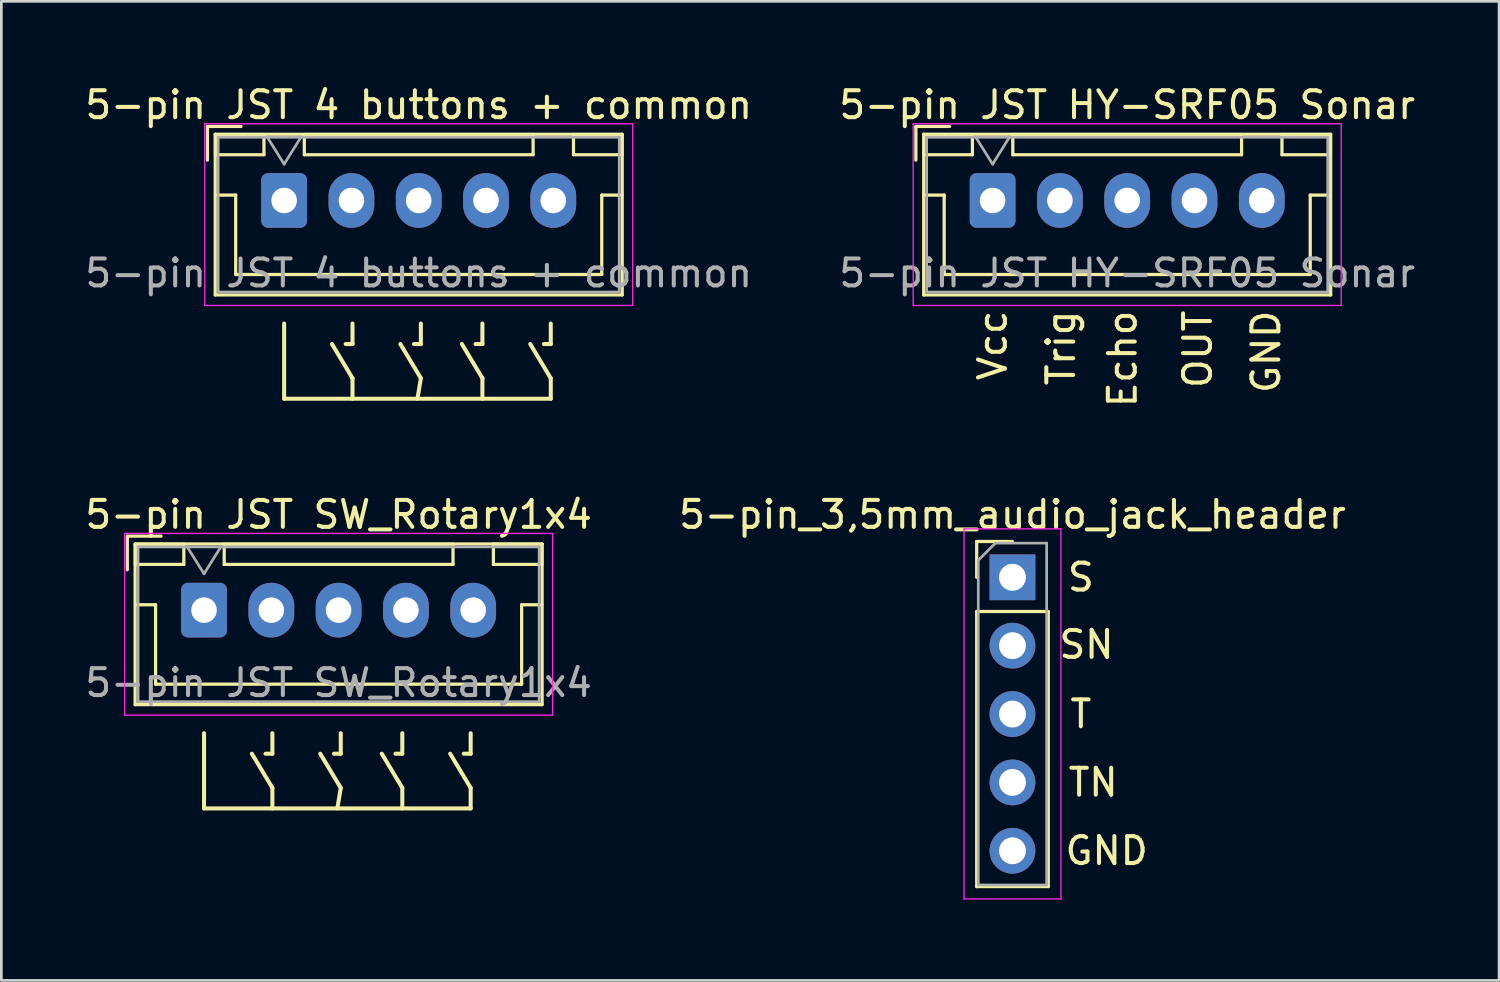
<source format=kicad_pcb>
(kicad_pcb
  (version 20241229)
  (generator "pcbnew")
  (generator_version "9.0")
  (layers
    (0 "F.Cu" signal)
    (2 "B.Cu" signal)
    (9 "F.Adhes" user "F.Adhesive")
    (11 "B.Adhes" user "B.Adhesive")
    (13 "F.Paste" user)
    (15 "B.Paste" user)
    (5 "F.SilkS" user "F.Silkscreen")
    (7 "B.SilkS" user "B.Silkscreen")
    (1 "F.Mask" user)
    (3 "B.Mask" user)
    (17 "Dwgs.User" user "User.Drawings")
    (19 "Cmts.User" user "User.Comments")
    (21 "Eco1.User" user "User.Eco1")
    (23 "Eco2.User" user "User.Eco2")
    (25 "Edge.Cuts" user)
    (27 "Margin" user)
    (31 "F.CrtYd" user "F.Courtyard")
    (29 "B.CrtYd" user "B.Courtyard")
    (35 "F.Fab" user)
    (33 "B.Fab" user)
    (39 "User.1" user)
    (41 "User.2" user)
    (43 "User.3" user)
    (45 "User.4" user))
  (footprint "5-pin_3,5mm_audio_jack_header"
    (layer "F.Cu")
    (at 34.565 18.398)
    (property "Reference" "5-pin_3,5mm_audio_jack_header" (at 0 -2.33 0) (layer "F.SilkS") (effects (font (size 1 1) (thickness 0.15))))
    (attr through_hole)
    (fp_line (start -1.33 -1.33) (end 0 -1.33) (stroke (width 0.12) (type solid)) (layer "F.SilkS"))
    (fp_line (start -1.33 0) (end -1.33 -1.33) (stroke (width 0.12) (type solid)) (layer "F.SilkS"))
    (fp_line (start -1.33 1.27) (end -1.33 11.49) (stroke (width 0.12) (type solid)) (layer "F.SilkS"))
    (fp_line (start -1.33 1.27) (end 1.33 1.27) (stroke (width 0.12) (type solid)) (layer "F.SilkS"))
    (fp_line (start -1.33 11.49) (end 1.33 11.49) (stroke (width 0.12) (type solid)) (layer "F.SilkS"))
    (fp_line (start 1.33 1.27) (end 1.33 11.49) (stroke (width 0.12) (type solid)) (layer "F.SilkS"))
    (fp_line (start -1.8 -1.8) (end -1.8 11.95) (stroke (width 0.05) (type solid)) (layer "F.CrtYd"))
    (fp_line (start -1.8 11.95) (end 1.8 11.95) (stroke (width 0.05) (type solid)) (layer "F.CrtYd"))
    (fp_line (start 1.8 -1.8) (end -1.8 -1.8) (stroke (width 0.05) (type solid)) (layer "F.CrtYd"))
    (fp_line (start 1.8 11.95) (end 1.8 -1.8) (stroke (width 0.05) (type solid)) (layer "F.CrtYd"))
    (fp_line (start -1.27 -0.635) (end -0.635 -1.27) (stroke (width 0.1) (type solid)) (layer "F.Fab"))
    (fp_line (start -1.27 11.43) (end -1.27 -0.635) (stroke (width 0.1) (type solid)) (layer "F.Fab"))
    (fp_line (start -0.635 -1.27) (end 1.27 -1.27) (stroke (width 0.1) (type solid)) (layer "F.Fab"))
    (fp_line (start 1.27 -1.27) (end 1.27 11.43) (stroke (width 0.1) (type solid)) (layer "F.Fab"))
    (fp_line (start 1.27 11.43) (end -1.27 11.43) (stroke (width 0.1) (type solid)) (layer "F.Fab"))
    (fp_text user "SN" (at 2.75 2.5 0) (layer "F.SilkS") (effects (font (size 1 1) (thickness 0.15))))
    (fp_text user "T" (at 2.54 5.08 0) (layer "F.SilkS") (effects (font (size 1 1) (thickness 0.15))))
    (fp_text user "TN" (at 3 7.62 0) (layer "F.SilkS") (effects (font (size 1 1) (thickness 0.15))))
    (fp_text user "GND" (at 3.5 10.16 0) (layer "F.SilkS") (effects (font (size 1 1) (thickness 0.15))))
    (fp_text user "S" (at 2.54 0 0) (layer "F.SilkS") (effects (font (size 1 1) (thickness 0.15))))
    (pad "1" thru_hole rect (at 0 0) (size 1.7 1.7) (drill 1) (layers "*.Cu" "*.Mask"))
    (pad "2" thru_hole oval (at 0 2.54) (size 1.7 1.7) (drill 1) (layers "*.Cu" "*.Mask"))
    (pad "3" thru_hole oval (at 0 5.08) (size 1.7 1.7) (drill 1) (layers "*.Cu" "*.Mask"))
    (pad "4" thru_hole oval (at 0 7.62) (size 1.7 1.7) (drill 1) (layers "*.Cu" "*.Mask"))
    (pad "5" thru_hole oval (at 0 10.16) (size 1.7 1.7) (drill 1) (layers "*.Cu" "*.Mask")))
  (footprint "5-pin JST SW_Rotary1x4"
    (layer "F.Cu")
    (at 4.53 19.618)
    (property "Reference" "5-pin JST SW_Rotary1x4" (at 5 -3.55 0) (layer "F.SilkS") (effects (font (size 1 1) (thickness 0.15))))
    (attr through_hole)
    (fp_line (start -2.85 -2.75) (end -2.85 -1.5) (stroke (width 0.12) (type solid)) (layer "F.SilkS"))
    (fp_line (start -2.56 -2.46) (end -2.56 3.51) (stroke (width 0.12) (type solid)) (layer "F.SilkS"))
    (fp_line (start -2.56 3.51) (end 12.56 3.51) (stroke (width 0.12) (type solid)) (layer "F.SilkS"))
    (fp_line (start -2.55 -2.45) (end -2.55 -1.7) (stroke (width 0.12) (type solid)) (layer "F.SilkS"))
    (fp_line (start -2.55 -1.7) (end -0.75 -1.7) (stroke (width 0.12) (type solid)) (layer "F.SilkS"))
    (fp_line (start -2.55 -0.2) (end -1.8 -0.2) (stroke (width 0.12) (type solid)) (layer "F.SilkS"))
    (fp_line (start -1.8 -0.2) (end -1.8 2.75) (stroke (width 0.12) (type solid)) (layer "F.SilkS"))
    (fp_line (start -1.8 2.75) (end 5 2.75) (stroke (width 0.12) (type solid)) (layer "F.SilkS"))
    (fp_line (start -1.6 -2.75) (end -2.85 -2.75) (stroke (width 0.12) (type solid)) (layer "F.SilkS"))
    (fp_line (start -0.75 -2.45) (end -2.55 -2.45) (stroke (width 0.12) (type solid)) (layer "F.SilkS"))
    (fp_line (start -0.75 -1.7) (end -0.75 -2.45) (stroke (width 0.12) (type solid)) (layer "F.SilkS"))
    (fp_line (start 0 7.366) (end 0 4.572) (stroke (width 0.15) (type solid)) (layer "F.SilkS"))
    (fp_line (start 0.75 -2.45) (end 0.75 -1.7) (stroke (width 0.12) (type solid)) (layer "F.SilkS"))
    (fp_line (start 0.75 -1.7) (end 9.25 -1.7) (stroke (width 0.12) (type solid)) (layer "F.SilkS"))
    (fp_line (start 1.778 5.334) (end 2.54 6.604) (stroke (width 0.15) (type solid)) (layer "F.SilkS"))
    (fp_line (start 2.54 4.572) (end 2.54 5.334) (stroke (width 0.15) (type solid)) (layer "F.SilkS"))
    (fp_line (start 2.54 5.334) (end 2.286 5.334) (stroke (width 0.15) (type solid)) (layer "F.SilkS"))
    (fp_line (start 2.54 6.604) (end 2.54 7.366) (stroke (width 0.15) (type solid)) (layer "F.SilkS"))
    (fp_line (start 4.318 5.334) (end 5.08 6.604) (stroke (width 0.15) (type solid)) (layer "F.SilkS"))
    (fp_line (start 5.08 4.572) (end 5.08 5.334) (stroke (width 0.15) (type solid)) (layer "F.SilkS"))
    (fp_line (start 5.08 5.334) (end 4.826 5.334) (stroke (width 0.15) (type solid)) (layer "F.SilkS"))
    (fp_line (start 5.08 6.604) (end 4.953 7.366) (stroke (width 0.15) (type solid)) (layer "F.SilkS"))
    (fp_line (start 7.366 4.572) (end 7.366 5.334) (stroke (width 0.15) (type solid)) (layer "F.SilkS"))
    (fp_line (start 7.366 5.334) (end 7.112 5.334) (stroke (width 0.15) (type solid)) (layer "F.SilkS"))
    (fp_line (start 7.366 6.604) (end 6.604 5.334) (stroke (width 0.15) (type solid)) (layer "F.SilkS"))
    (fp_line (start 7.366 7.366) (end 7.366 6.604) (stroke (width 0.15) (type solid)) (layer "F.SilkS"))
    (fp_line (start 9.144 5.334) (end 9.906 6.604) (stroke (width 0.15) (type solid)) (layer "F.SilkS"))
    (fp_line (start 9.25 -2.45) (end 0.75 -2.45) (stroke (width 0.12) (type solid)) (layer "F.SilkS"))
    (fp_line (start 9.25 -1.7) (end 9.25 -2.45) (stroke (width 0.12) (type solid)) (layer "F.SilkS"))
    (fp_line (start 9.906 4.572) (end 9.906 5.334) (stroke (width 0.15) (type solid)) (layer "F.SilkS"))
    (fp_line (start 9.906 5.334) (end 9.652 5.334) (stroke (width 0.15) (type solid)) (layer "F.SilkS"))
    (fp_line (start 9.906 6.604) (end 9.906 7.366) (stroke (width 0.15) (type solid)) (layer "F.SilkS"))
    (fp_line (start 9.906 7.366) (end 0 7.366) (stroke (width 0.15) (type solid)) (layer "F.SilkS"))
    (fp_line (start 10.75 -2.45) (end 10.75 -1.7) (stroke (width 0.12) (type solid)) (layer "F.SilkS"))
    (fp_line (start 10.75 -1.7) (end 12.55 -1.7) (stroke (width 0.12) (type solid)) (layer "F.SilkS"))
    (fp_line (start 11.8 -0.2) (end 11.8 2.75) (stroke (width 0.12) (type solid)) (layer "F.SilkS"))
    (fp_line (start 11.8 2.75) (end 5 2.75) (stroke (width 0.12) (type solid)) (layer "F.SilkS"))
    (fp_line (start 12.55 -2.45) (end 10.75 -2.45) (stroke (width 0.12) (type solid)) (layer "F.SilkS"))
    (fp_line (start 12.55 -1.7) (end 12.55 -2.45) (stroke (width 0.12) (type solid)) (layer "F.SilkS"))
    (fp_line (start 12.55 -0.2) (end 11.8 -0.2) (stroke (width 0.12) (type solid)) (layer "F.SilkS"))
    (fp_line (start 12.56 -2.46) (end -2.56 -2.46) (stroke (width 0.12) (type solid)) (layer "F.SilkS"))
    (fp_line (start 12.56 3.51) (end 12.56 -2.46) (stroke (width 0.12) (type solid)) (layer "F.SilkS"))
    (fp_line (start -2.95 -2.85) (end -2.95 3.9) (stroke (width 0.05) (type solid)) (layer "F.CrtYd"))
    (fp_line (start -2.95 3.9) (end 12.95 3.9) (stroke (width 0.05) (type solid)) (layer "F.CrtYd"))
    (fp_line (start 12.95 -2.85) (end -2.95 -2.85) (stroke (width 0.05) (type solid)) (layer "F.CrtYd"))
    (fp_line (start 12.95 3.9) (end 12.95 -2.85) (stroke (width 0.05) (type solid)) (layer "F.CrtYd"))
    (fp_line (start -2.45 -2.35) (end -2.45 3.4) (stroke (width 0.1) (type solid)) (layer "F.Fab"))
    (fp_line (start -2.45 3.4) (end 12.45 3.4) (stroke (width 0.1) (type solid)) (layer "F.Fab"))
    (fp_line (start -0.625 -2.35) (end 0 -1.35) (stroke (width 0.1) (type solid)) (layer "F.Fab"))
    (fp_line (start 0 -1.35) (end 0.625 -2.35) (stroke (width 0.1) (type solid)) (layer "F.Fab"))
    (fp_line (start 12.45 -2.35) (end -2.45 -2.35) (stroke (width 0.1) (type solid)) (layer "F.Fab"))
    (fp_line (start 12.45 3.4) (end 12.45 -2.35) (stroke (width 0.1) (type solid)) (layer "F.Fab"))
    (fp_text user "${REFERENCE}" (at 5 2.7 0) (layer "F.Fab") (effects (font (size 1 1) (thickness 0.15))))
    (pad "1" thru_hole oval (at 2.5 0) (size 1.7 2.032) (drill 0.95) (layers "*.Cu" "*.Mask"))
    (pad "2" thru_hole oval (at 5 0) (size 1.7 2.032) (drill 0.95) (layers "*.Cu" "*.Mask"))
    (pad "3" thru_hole oval (at 7.5 0) (size 1.7 2.032) (drill 0.95) (layers "*.Cu" "*.Mask"))
    (pad "4" thru_hole oval (at 10 0) (size 1.7 2.032) (drill 0.95) (layers "*.Cu" "*.Mask"))
    (pad "13" thru_hole roundrect (at 0 0) (size 1.7 2.032) (drill 0.95) (layers "*.Cu" "*.Mask") (roundrect_rratio 0.147)))
  (footprint "5-pin JST HY-SRF05 Sonar"
    (layer "F.Cu")
    (at 33.827 4.398)
    (property "Reference" "5-pin JST HY-SRF05 Sonar" (at 5 -3.55 0) (layer "F.SilkS") (effects (font (size 1 1) (thickness 0.15))))
    (attr through_hole)
    (fp_line (start -2.85 -2.75) (end -2.85 -1.5) (stroke (width 0.12) (type solid)) (layer "F.SilkS"))
    (fp_line (start -2.56 -2.46) (end -2.56 3.51) (stroke (width 0.12) (type solid)) (layer "F.SilkS"))
    (fp_line (start -2.56 3.51) (end 12.56 3.51) (stroke (width 0.12) (type solid)) (layer "F.SilkS"))
    (fp_line (start -2.55 -2.45) (end -2.55 -1.7) (stroke (width 0.12) (type solid)) (layer "F.SilkS"))
    (fp_line (start -2.55 -1.7) (end -0.75 -1.7) (stroke (width 0.12) (type solid)) (layer "F.SilkS"))
    (fp_line (start -2.55 -0.2) (end -1.8 -0.2) (stroke (width 0.12) (type solid)) (layer "F.SilkS"))
    (fp_line (start -1.8 -0.2) (end -1.8 2.75) (stroke (width 0.12) (type solid)) (layer "F.SilkS"))
    (fp_line (start -1.8 2.75) (end 5 2.75) (stroke (width 0.12) (type solid)) (layer "F.SilkS"))
    (fp_line (start -1.6 -2.75) (end -2.85 -2.75) (stroke (width 0.12) (type solid)) (layer "F.SilkS"))
    (fp_line (start -0.75 -2.45) (end -2.55 -2.45) (stroke (width 0.12) (type solid)) (layer "F.SilkS"))
    (fp_line (start -0.75 -1.7) (end -0.75 -2.45) (stroke (width 0.12) (type solid)) (layer "F.SilkS"))
    (fp_line (start 0.75 -2.45) (end 0.75 -1.7) (stroke (width 0.12) (type solid)) (layer "F.SilkS"))
    (fp_line (start 0.75 -1.7) (end 9.25 -1.7) (stroke (width 0.12) (type solid)) (layer "F.SilkS"))
    (fp_line (start 9.25 -2.45) (end 0.75 -2.45) (stroke (width 0.12) (type solid)) (layer "F.SilkS"))
    (fp_line (start 9.25 -1.7) (end 9.25 -2.45) (stroke (width 0.12) (type solid)) (layer "F.SilkS"))
    (fp_line (start 10.75 -2.45) (end 10.75 -1.7) (stroke (width 0.12) (type solid)) (layer "F.SilkS"))
    (fp_line (start 10.75 -1.7) (end 12.55 -1.7) (stroke (width 0.12) (type solid)) (layer "F.SilkS"))
    (fp_line (start 11.8 -0.2) (end 11.8 2.75) (stroke (width 0.12) (type solid)) (layer "F.SilkS"))
    (fp_line (start 11.8 2.75) (end 5 2.75) (stroke (width 0.12) (type solid)) (layer "F.SilkS"))
    (fp_line (start 12.55 -2.45) (end 10.75 -2.45) (stroke (width 0.12) (type solid)) (layer "F.SilkS"))
    (fp_line (start 12.55 -1.7) (end 12.55 -2.45) (stroke (width 0.12) (type solid)) (layer "F.SilkS"))
    (fp_line (start 12.55 -0.2) (end 11.8 -0.2) (stroke (width 0.12) (type solid)) (layer "F.SilkS"))
    (fp_line (start 12.56 -2.46) (end -2.56 -2.46) (stroke (width 0.12) (type solid)) (layer "F.SilkS"))
    (fp_line (start 12.56 3.51) (end 12.56 -2.46) (stroke (width 0.12) (type solid)) (layer "F.SilkS"))
    (fp_line (start -2.95 -2.85) (end -2.95 3.9) (stroke (width 0.05) (type solid)) (layer "F.CrtYd"))
    (fp_line (start -2.95 3.9) (end 12.95 3.9) (stroke (width 0.05) (type solid)) (layer "F.CrtYd"))
    (fp_line (start 12.95 -2.85) (end -2.95 -2.85) (stroke (width 0.05) (type solid)) (layer "F.CrtYd"))
    (fp_line (start 12.95 3.9) (end 12.95 -2.85) (stroke (width 0.05) (type solid)) (layer "F.CrtYd"))
    (fp_line (start -2.45 -2.35) (end -2.45 3.4) (stroke (width 0.1) (type solid)) (layer "F.Fab"))
    (fp_line (start -2.45 3.4) (end 12.45 3.4) (stroke (width 0.1) (type solid)) (layer "F.Fab"))
    (fp_line (start -0.625 -2.35) (end 0 -1.35) (stroke (width 0.1) (type solid)) (layer "F.Fab"))
    (fp_line (start 0 -1.35) (end 0.625 -2.35) (stroke (width 0.1) (type solid)) (layer "F.Fab"))
    (fp_line (start 12.45 -2.35) (end -2.45 -2.35) (stroke (width 0.1) (type solid)) (layer "F.Fab"))
    (fp_line (start 12.45 3.4) (end 12.45 -2.35) (stroke (width 0.1) (type solid)) (layer "F.Fab"))
    (fp_text user "OUT" (at 7.62 4 90) (unlocked yes) (layer "F.SilkS") (effects (font (size 1 1) (thickness 0.15)) (justify right)))
    (fp_text user "Echo" (at 4.826 4 90) (unlocked yes) (layer "F.SilkS") (effects (font (size 1 1) (thickness 0.15)) (justify right)))
    (fp_text user "Vcc" (at 0 4 90) (unlocked yes) (layer "F.SilkS") (effects (font (size 1 1) (thickness 0.15)) (justify right)))
    (fp_text user "GND" (at 10.16 4 90) (unlocked yes) (layer "F.SilkS") (effects (font (size 1 1) (thickness 0.15)) (justify right)))
    (fp_text user "Trig" (at 2.54 4 90) (unlocked yes) (layer "F.SilkS") (effects (font (size 1 1) (thickness 0.15)) (justify right)))
    (fp_text user "${REFERENCE}" (at 5 2.7 0) (layer "F.Fab") (effects (font (size 1 1) (thickness 0.15))))
    (pad "1" thru_hole roundrect (at 0 0) (size 1.7 2.032) (drill 0.95) (layers "*.Cu" "*.Mask") (roundrect_rratio 0.147))
    (pad "2" thru_hole oval (at 2.5 0) (size 1.7 2.032) (drill 0.95) (layers "*.Cu" "*.Mask"))
    (pad "3" thru_hole oval (at 5 0) (size 1.7 2.032) (drill 0.95) (layers "*.Cu" "*.Mask"))
    (pad "4" thru_hole oval (at 7.5 0) (size 1.7 2.032) (drill 0.95) (layers "*.Cu" "*.Mask"))
    (pad "5" thru_hole oval (at 10 0) (size 1.7 2.032) (drill 0.95) (layers "*.Cu" "*.Mask")))
  (footprint "5-pin JST 4 buttons + common"
    (layer "F.Cu")
    (at 7.506 4.398)
    (property "Reference" "5-pin JST 4 buttons + common" (at 5 -3.55 0) (layer "F.SilkS") (effects (font (size 1 1) (thickness 0.15))))
    (attr through_hole)
    (fp_line (start -2.85 -2.75) (end -2.85 -1.5) (stroke (width 0.12) (type solid)) (layer "F.SilkS"))
    (fp_line (start -2.56 -2.46) (end -2.56 3.51) (stroke (width 0.12) (type solid)) (layer "F.SilkS"))
    (fp_line (start -2.56 3.51) (end 12.56 3.51) (stroke (width 0.12) (type solid)) (layer "F.SilkS"))
    (fp_line (start -2.55 -2.45) (end -2.55 -1.7) (stroke (width 0.12) (type solid)) (layer "F.SilkS"))
    (fp_line (start -2.55 -1.7) (end -0.75 -1.7) (stroke (width 0.12) (type solid)) (layer "F.SilkS"))
    (fp_line (start -2.55 -0.2) (end -1.8 -0.2) (stroke (width 0.12) (type solid)) (layer "F.SilkS"))
    (fp_line (start -1.8 -0.2) (end -1.8 2.75) (stroke (width 0.12) (type solid)) (layer "F.SilkS"))
    (fp_line (start -1.8 2.75) (end 5 2.75) (stroke (width 0.12) (type solid)) (layer "F.SilkS"))
    (fp_line (start -1.6 -2.75) (end -2.85 -2.75) (stroke (width 0.12) (type solid)) (layer "F.SilkS"))
    (fp_line (start -0.75 -2.45) (end -2.55 -2.45) (stroke (width 0.12) (type solid)) (layer "F.SilkS"))
    (fp_line (start -0.75 -1.7) (end -0.75 -2.45) (stroke (width 0.12) (type solid)) (layer "F.SilkS"))
    (fp_line (start 0 7.366) (end 0 4.572) (stroke (width 0.15) (type solid)) (layer "F.SilkS"))
    (fp_line (start 0.75 -2.45) (end 0.75 -1.7) (stroke (width 0.12) (type solid)) (layer "F.SilkS"))
    (fp_line (start 0.75 -1.7) (end 9.25 -1.7) (stroke (width 0.12) (type solid)) (layer "F.SilkS"))
    (fp_line (start 1.778 5.334) (end 2.54 6.604) (stroke (width 0.15) (type solid)) (layer "F.SilkS"))
    (fp_line (start 2.54 4.572) (end 2.54 5.334) (stroke (width 0.15) (type solid)) (layer "F.SilkS"))
    (fp_line (start 2.54 5.334) (end 2.286 5.334) (stroke (width 0.15) (type solid)) (layer "F.SilkS"))
    (fp_line (start 2.54 6.604) (end 2.54 7.366) (stroke (width 0.15) (type solid)) (layer "F.SilkS"))
    (fp_line (start 4.318 5.334) (end 5.08 6.604) (stroke (width 0.15) (type solid)) (layer "F.SilkS"))
    (fp_line (start 5.08 4.572) (end 5.08 5.334) (stroke (width 0.15) (type solid)) (layer "F.SilkS"))
    (fp_line (start 5.08 5.334) (end 4.826 5.334) (stroke (width 0.15) (type solid)) (layer "F.SilkS"))
    (fp_line (start 5.08 6.604) (end 4.953 7.366) (stroke (width 0.15) (type solid)) (layer "F.SilkS"))
    (fp_line (start 7.366 4.572) (end 7.366 5.334) (stroke (width 0.15) (type solid)) (layer "F.SilkS"))
    (fp_line (start 7.366 5.334) (end 7.112 5.334) (stroke (width 0.15) (type solid)) (layer "F.SilkS"))
    (fp_line (start 7.366 6.604) (end 6.604 5.334) (stroke (width 0.15) (type solid)) (layer "F.SilkS"))
    (fp_line (start 7.366 7.366) (end 7.366 6.604) (stroke (width 0.15) (type solid)) (layer "F.SilkS"))
    (fp_line (start 9.144 5.334) (end 9.906 6.604) (stroke (width 0.15) (type solid)) (layer "F.SilkS"))
    (fp_line (start 9.25 -2.45) (end 0.75 -2.45) (stroke (width 0.12) (type solid)) (layer "F.SilkS"))
    (fp_line (start 9.25 -1.7) (end 9.25 -2.45) (stroke (width 0.12) (type solid)) (layer "F.SilkS"))
    (fp_line (start 9.906 4.572) (end 9.906 5.334) (stroke (width 0.15) (type solid)) (layer "F.SilkS"))
    (fp_line (start 9.906 5.334) (end 9.652 5.334) (stroke (width 0.15) (type solid)) (layer "F.SilkS"))
    (fp_line (start 9.906 6.604) (end 9.906 7.366) (stroke (width 0.15) (type solid)) (layer "F.SilkS"))
    (fp_line (start 9.906 7.366) (end 0 7.366) (stroke (width 0.15) (type solid)) (layer "F.SilkS"))
    (fp_line (start 10.75 -2.45) (end 10.75 -1.7) (stroke (width 0.12) (type solid)) (layer "F.SilkS"))
    (fp_line (start 10.75 -1.7) (end 12.55 -1.7) (stroke (width 0.12) (type solid)) (layer "F.SilkS"))
    (fp_line (start 11.8 -0.2) (end 11.8 2.75) (stroke (width 0.12) (type solid)) (layer "F.SilkS"))
    (fp_line (start 11.8 2.75) (end 5 2.75) (stroke (width 0.12) (type solid)) (layer "F.SilkS"))
    (fp_line (start 12.55 -2.45) (end 10.75 -2.45) (stroke (width 0.12) (type solid)) (layer "F.SilkS"))
    (fp_line (start 12.55 -1.7) (end 12.55 -2.45) (stroke (width 0.12) (type solid)) (layer "F.SilkS"))
    (fp_line (start 12.55 -0.2) (end 11.8 -0.2) (stroke (width 0.12) (type solid)) (layer "F.SilkS"))
    (fp_line (start 12.56 -2.46) (end -2.56 -2.46) (stroke (width 0.12) (type solid)) (layer "F.SilkS"))
    (fp_line (start 12.56 3.51) (end 12.56 -2.46) (stroke (width 0.12) (type solid)) (layer "F.SilkS"))
    (fp_line (start -2.95 -2.85) (end -2.95 3.9) (stroke (width 0.05) (type solid)) (layer "F.CrtYd"))
    (fp_line (start -2.95 3.9) (end 12.95 3.9) (stroke (width 0.05) (type solid)) (layer "F.CrtYd"))
    (fp_line (start 12.95 -2.85) (end -2.95 -2.85) (stroke (width 0.05) (type solid)) (layer "F.CrtYd"))
    (fp_line (start 12.95 3.9) (end 12.95 -2.85) (stroke (width 0.05) (type solid)) (layer "F.CrtYd"))
    (fp_line (start -2.45 -2.35) (end -2.45 3.4) (stroke (width 0.1) (type solid)) (layer "F.Fab"))
    (fp_line (start -2.45 3.4) (end 12.45 3.4) (stroke (width 0.1) (type solid)) (layer "F.Fab"))
    (fp_line (start -0.625 -2.35) (end 0 -1.35) (stroke (width 0.1) (type solid)) (layer "F.Fab"))
    (fp_line (start 0 -1.35) (end 0.625 -2.35) (stroke (width 0.1) (type solid)) (layer "F.Fab"))
    (fp_line (start 12.45 -2.35) (end -2.45 -2.35) (stroke (width 0.1) (type solid)) (layer "F.Fab"))
    (fp_line (start 12.45 3.4) (end 12.45 -2.35) (stroke (width 0.1) (type solid)) (layer "F.Fab"))
    (fp_text user "${REFERENCE}" (at 5 2.7 0) (layer "F.Fab") (effects (font (size 1 1) (thickness 0.15))))
    (pad "1" thru_hole roundrect (at 0 0) (size 1.7 2.032) (drill 0.95) (layers "*.Cu" "*.Mask") (roundrect_rratio 0.147))
    (pad "2" thru_hole oval (at 2.5 0) (size 1.7 2.032) (drill 0.95) (layers "*.Cu" "*.Mask"))
    (pad "3" thru_hole oval (at 5 0) (size 1.7 2.032) (drill 0.95) (layers "*.Cu" "*.Mask"))
    (pad "4" thru_hole oval (at 7.5 0) (size 1.7 2.032) (drill 0.95) (layers "*.Cu" "*.Mask"))
    (pad "5" thru_hole oval (at 10 0) (size 1.7 2.032) (drill 0.95) (layers "*.Cu" "*.Mask")))
  (gr_rect
    (start -3 -3)
    (end 52.643 33.373)
    (stroke (width 0.1) (type default))
    (fill no)
    (layer "Edge.Cuts")))
</source>
